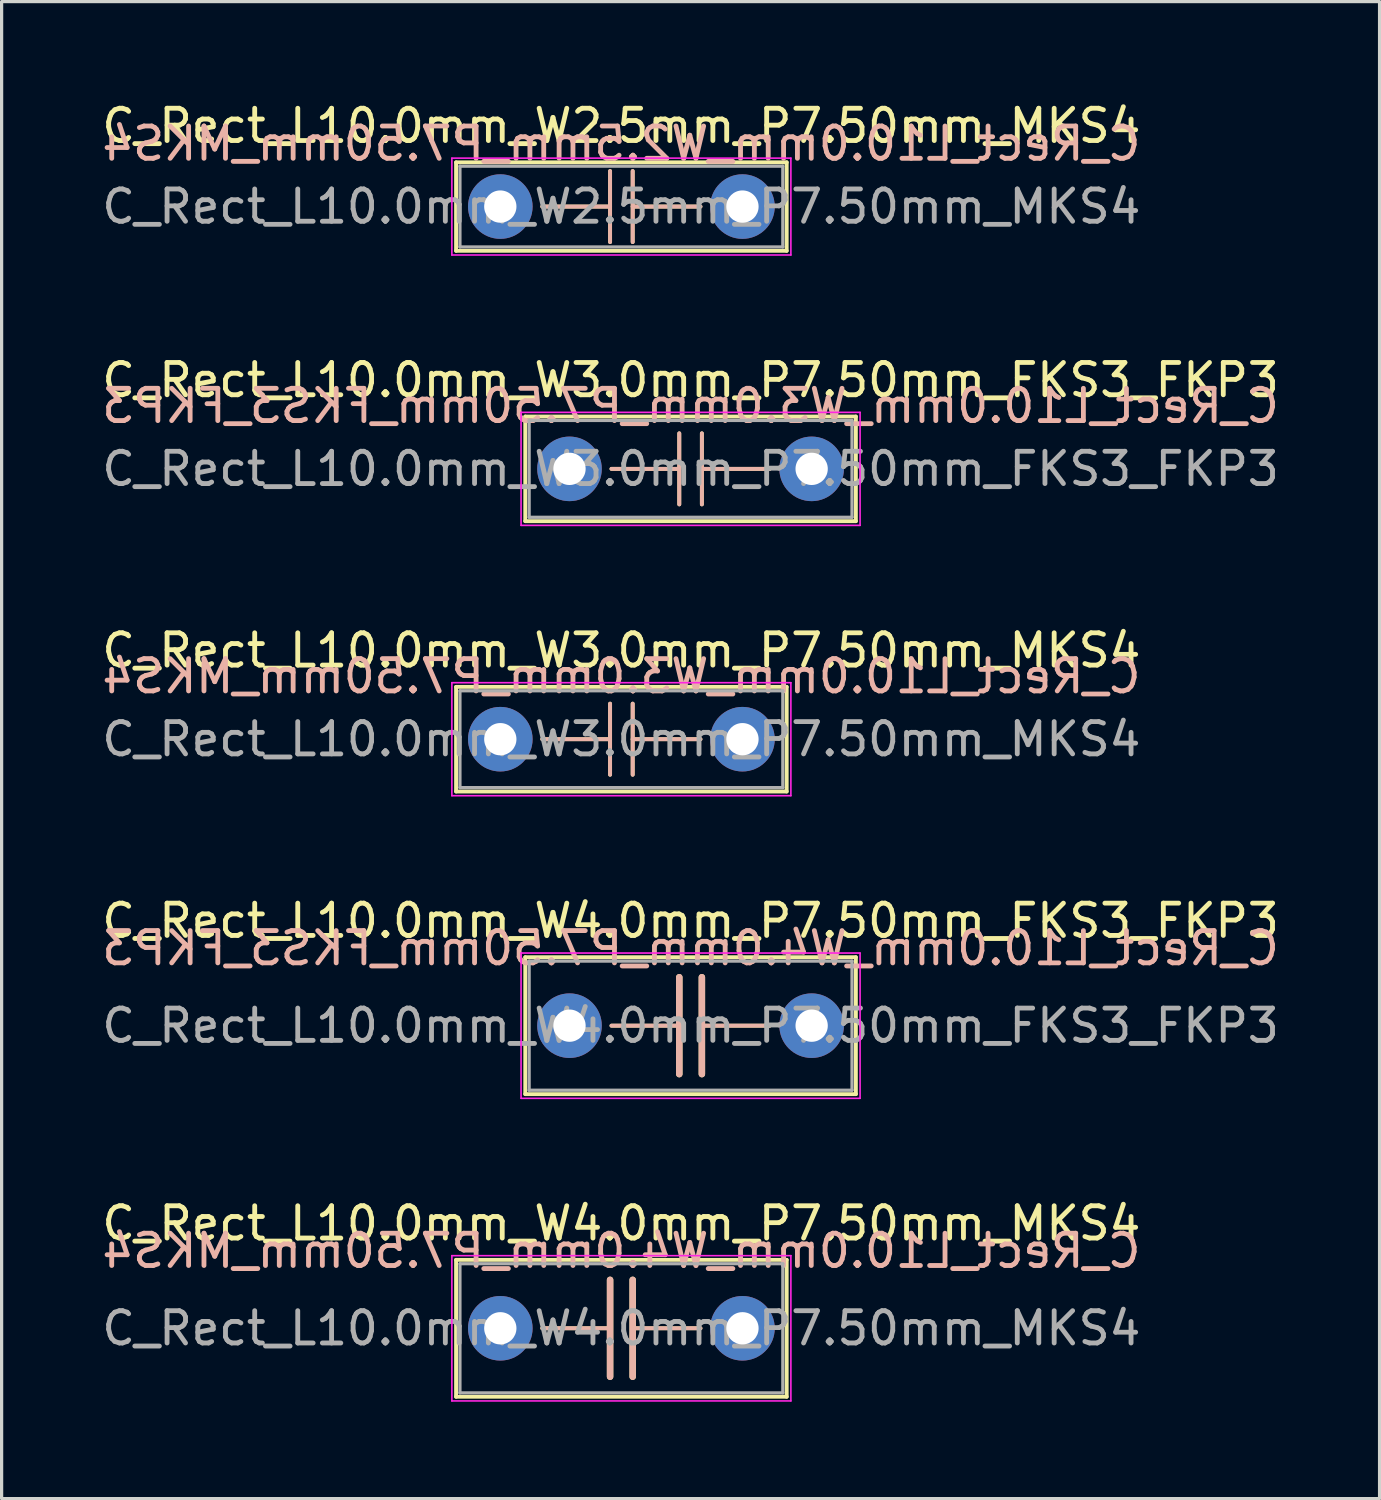
<source format=kicad_pcb>
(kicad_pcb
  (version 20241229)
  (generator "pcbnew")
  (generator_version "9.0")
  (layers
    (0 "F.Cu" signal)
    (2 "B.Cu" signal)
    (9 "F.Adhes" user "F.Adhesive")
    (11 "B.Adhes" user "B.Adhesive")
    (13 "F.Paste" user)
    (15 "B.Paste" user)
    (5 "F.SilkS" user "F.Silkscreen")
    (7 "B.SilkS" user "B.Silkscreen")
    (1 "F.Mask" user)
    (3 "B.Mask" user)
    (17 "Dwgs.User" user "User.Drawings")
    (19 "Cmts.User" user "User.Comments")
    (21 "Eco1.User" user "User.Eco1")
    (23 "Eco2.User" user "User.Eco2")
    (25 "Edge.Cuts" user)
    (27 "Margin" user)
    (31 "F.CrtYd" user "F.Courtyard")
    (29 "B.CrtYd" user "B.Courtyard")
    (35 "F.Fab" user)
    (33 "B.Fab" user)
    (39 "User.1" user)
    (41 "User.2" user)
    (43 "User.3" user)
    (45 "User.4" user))
  (footprint "C_Rect_L10.0mm_W3.0mm_P7.50mm_FKS3_FKP3"
    (layer "F.Cu")
    (at 14.589 11.472)
    (property "Reference" "C_Rect_L10.0mm_W3.0mm_P7.50mm_FKS3_FKP3" (at 3.75 -2.75 0) (layer "F.SilkS") (effects (font (size 1 1) (thickness 0.15))))
    (fp_line (start -1.37 -1.62) (end -1.37 1.62) (stroke (width 0.12) (type solid)) (layer "F.SilkS"))
    (fp_line (start -1.37 -1.62) (end 8.87 -1.62) (stroke (width 0.12) (type solid)) (layer "F.SilkS"))
    (fp_line (start -1.37 1.62) (end 8.87 1.62) (stroke (width 0.12) (type solid)) (layer "F.SilkS"))
    (fp_line (start 1.3 0) (end 3.4 0) (stroke (width 0.12) (type solid)) (layer "F.SilkS"))
    (fp_line (start 3.4 -1.1) (end 3.4 1.1) (stroke (width 0.12) (type solid)) (layer "F.SilkS"))
    (fp_line (start 4.1 -1.1) (end 4.1 1.1) (stroke (width 0.12) (type solid)) (layer "F.SilkS"))
    (fp_line (start 4.1 0) (end 6.2 0) (stroke (width 0.12) (type solid)) (layer "F.SilkS"))
    (fp_line (start 8.87 -1.62) (end 8.87 1.62) (stroke (width 0.12) (type solid)) (layer "F.SilkS"))
    (fp_line (start 1.3 0) (end 3.4 0) (stroke (width 0.12) (type solid)) (layer "B.SilkS"))
    (fp_line (start 3.4 1.1) (end 3.4 -1.1) (stroke (width 0.12) (type solid)) (layer "B.SilkS"))
    (fp_line (start 4.1 0) (end 6.2 0) (stroke (width 0.12) (type solid)) (layer "B.SilkS"))
    (fp_line (start 4.1 1.1) (end 4.1 -1.1) (stroke (width 0.12) (type solid)) (layer "B.SilkS"))
    (fp_line (start -1.5 -1.75) (end -1.5 1.75) (stroke (width 0.05) (type solid)) (layer "F.CrtYd"))
    (fp_line (start -1.5 1.75) (end 9 1.75) (stroke (width 0.05) (type solid)) (layer "F.CrtYd"))
    (fp_line (start 9 -1.75) (end -1.5 -1.75) (stroke (width 0.05) (type solid)) (layer "F.CrtYd"))
    (fp_line (start 9 1.75) (end 9 -1.75) (stroke (width 0.05) (type solid)) (layer "F.CrtYd"))
    (fp_line (start -1.25 -1.5) (end -1.25 1.5) (stroke (width 0.1) (type solid)) (layer "F.Fab"))
    (fp_line (start -1.25 1.5) (end 8.75 1.5) (stroke (width 0.1) (type solid)) (layer "F.Fab"))
    (fp_line (start 8.75 -1.5) (end -1.25 -1.5) (stroke (width 0.1) (type solid)) (layer "F.Fab"))
    (fp_line (start 8.75 1.5) (end 8.75 -1.5) (stroke (width 0.1) (type solid)) (layer "F.Fab"))
    (fp_text user "${REFERENCE}" (at 3.75 -1.95 0) (layer "B.SilkS") (effects (font (size 1 1) (thickness 0.15)) (justify mirror)))
    (fp_text user "${REFERENCE}" (at 3.75 0 0) (layer "F.Fab") (effects (font (size 1 1) (thickness 0.15))))
    (pad "1" thru_hole circle (at 0 0) (size 2 2) (drill 1) (layers "*.Cu" "*.Mask"))
    (pad "2" thru_hole circle (at 7.5 0) (size 2 2) (drill 1) (layers "*.Cu" "*.Mask")))
  (footprint "C_Rect_L10.0mm_W2.5mm_P7.50mm_MKS4"
    (layer "F.Cu")
    (at 12.446 3.348)
    (property "Reference" "C_Rect_L10.0mm_W2.5mm_P7.50mm_MKS4" (at 3.75 -2.5 0) (layer "F.SilkS") (effects (font (size 1 1) (thickness 0.15))))
    (fp_line (start -1.37 -1.37) (end -1.37 1.37) (stroke (width 0.12) (type solid)) (layer "F.SilkS"))
    (fp_line (start -1.37 -1.37) (end 8.87 -1.37) (stroke (width 0.12) (type solid)) (layer "F.SilkS"))
    (fp_line (start -1.37 1.37) (end 8.87 1.37) (stroke (width 0.12) (type solid)) (layer "F.SilkS"))
    (fp_line (start 1.3 0) (end 3.4 0) (stroke (width 0.12) (type solid)) (layer "F.SilkS"))
    (fp_line (start 3.4 -1.1) (end 3.4 1.1) (stroke (width 0.12) (type solid)) (layer "F.SilkS"))
    (fp_line (start 4.1 -1.1) (end 4.1 1.1) (stroke (width 0.12) (type solid)) (layer "F.SilkS"))
    (fp_line (start 4.1 0) (end 6.2 0) (stroke (width 0.12) (type solid)) (layer "F.SilkS"))
    (fp_line (start 8.87 -1.37) (end 8.87 1.37) (stroke (width 0.12) (type solid)) (layer "F.SilkS"))
    (fp_line (start 1.3 0) (end 3.4 0) (stroke (width 0.12) (type solid)) (layer "B.SilkS"))
    (fp_line (start 3.4 1.1) (end 3.4 -1.1) (stroke (width 0.12) (type solid)) (layer "B.SilkS"))
    (fp_line (start 4.1 0) (end 6.2 0) (stroke (width 0.12) (type solid)) (layer "B.SilkS"))
    (fp_line (start 4.1 1.1) (end 4.1 -1.1) (stroke (width 0.12) (type solid)) (layer "B.SilkS"))
    (fp_line (start -1.5 -1.5) (end -1.5 1.5) (stroke (width 0.05) (type solid)) (layer "F.CrtYd"))
    (fp_line (start -1.5 1.5) (end 9 1.5) (stroke (width 0.05) (type solid)) (layer "F.CrtYd"))
    (fp_line (start 9 -1.5) (end -1.5 -1.5) (stroke (width 0.05) (type solid)) (layer "F.CrtYd"))
    (fp_line (start 9 1.5) (end 9 -1.5) (stroke (width 0.05) (type solid)) (layer "F.CrtYd"))
    (fp_line (start -1.25 -1.25) (end -1.25 1.25) (stroke (width 0.1) (type solid)) (layer "F.Fab"))
    (fp_line (start -1.25 1.25) (end 8.75 1.25) (stroke (width 0.1) (type solid)) (layer "F.Fab"))
    (fp_line (start 8.75 -1.25) (end -1.25 -1.25) (stroke (width 0.1) (type solid)) (layer "F.Fab"))
    (fp_line (start 8.75 1.25) (end 8.75 -1.25) (stroke (width 0.1) (type solid)) (layer "F.Fab"))
    (fp_text user "${REFERENCE}" (at 3.75 -1.95 0) (layer "B.SilkS") (effects (font (size 1 1) (thickness 0.15)) (justify mirror)))
    (fp_text user "${REFERENCE}" (at 3.75 0 0) (layer "F.Fab") (effects (font (size 1 1) (thickness 0.15))))
    (pad "1" thru_hole circle (at 0 0) (size 2 2) (drill 1) (layers "*.Cu" "*.Mask"))
    (pad "2" thru_hole circle (at 7.5 0) (size 2 2) (drill 1) (layers "*.Cu" "*.Mask")))
  (footprint "C_Rect_L10.0mm_W3.0mm_P7.50mm_MKS4"
    (layer "F.Cu")
    (at 12.446 19.845)
    (property "Reference" "C_Rect_L10.0mm_W3.0mm_P7.50mm_MKS4" (at 3.75 -2.75 0) (layer "F.SilkS") (effects (font (size 1 1) (thickness 0.15))))
    (fp_line (start -1.37 -1.62) (end -1.37 1.62) (stroke (width 0.12) (type solid)) (layer "F.SilkS"))
    (fp_line (start -1.37 -1.62) (end 8.87 -1.62) (stroke (width 0.12) (type solid)) (layer "F.SilkS"))
    (fp_line (start -1.37 1.62) (end 8.87 1.62) (stroke (width 0.12) (type solid)) (layer "F.SilkS"))
    (fp_line (start 1.3 0) (end 3.4 0) (stroke (width 0.12) (type solid)) (layer "F.SilkS"))
    (fp_line (start 3.4 -1.1) (end 3.4 1.1) (stroke (width 0.12) (type solid)) (layer "F.SilkS"))
    (fp_line (start 4.1 -1.1) (end 4.1 1.1) (stroke (width 0.12) (type solid)) (layer "F.SilkS"))
    (fp_line (start 4.1 0) (end 6.2 0) (stroke (width 0.12) (type solid)) (layer "F.SilkS"))
    (fp_line (start 8.87 -1.62) (end 8.87 1.62) (stroke (width 0.12) (type solid)) (layer "F.SilkS"))
    (fp_line (start 1.3 0) (end 3.4 0) (stroke (width 0.12) (type solid)) (layer "B.SilkS"))
    (fp_line (start 3.4 1.1) (end 3.4 -1.1) (stroke (width 0.12) (type solid)) (layer "B.SilkS"))
    (fp_line (start 4.1 0) (end 6.2 0) (stroke (width 0.12) (type solid)) (layer "B.SilkS"))
    (fp_line (start 4.1 1.1) (end 4.1 -1.1) (stroke (width 0.12) (type solid)) (layer "B.SilkS"))
    (fp_line (start -1.5 -1.75) (end -1.5 1.75) (stroke (width 0.05) (type solid)) (layer "F.CrtYd"))
    (fp_line (start -1.5 1.75) (end 9 1.75) (stroke (width 0.05) (type solid)) (layer "F.CrtYd"))
    (fp_line (start 9 -1.75) (end -1.5 -1.75) (stroke (width 0.05) (type solid)) (layer "F.CrtYd"))
    (fp_line (start 9 1.75) (end 9 -1.75) (stroke (width 0.05) (type solid)) (layer "F.CrtYd"))
    (fp_line (start -1.25 -1.5) (end -1.25 1.5) (stroke (width 0.1) (type solid)) (layer "F.Fab"))
    (fp_line (start -1.25 1.5) (end 8.75 1.5) (stroke (width 0.1) (type solid)) (layer "F.Fab"))
    (fp_line (start 8.75 -1.5) (end -1.25 -1.5) (stroke (width 0.1) (type solid)) (layer "F.Fab"))
    (fp_line (start 8.75 1.5) (end 8.75 -1.5) (stroke (width 0.1) (type solid)) (layer "F.Fab"))
    (fp_text user "${REFERENCE}" (at 3.75 -1.95 0) (layer "B.SilkS") (effects (font (size 1 1) (thickness 0.15)) (justify mirror)))
    (fp_text user "${REFERENCE}" (at 3.75 0 0) (layer "F.Fab") (effects (font (size 1 1) (thickness 0.15))))
    (pad "1" thru_hole circle (at 0 0) (size 2 2) (drill 1) (layers "*.Cu" "*.Mask"))
    (pad "2" thru_hole circle (at 7.5 0) (size 2 2) (drill 1) (layers "*.Cu" "*.Mask")))
  (footprint "C_Rect_L10.0mm_W4.0mm_P7.50mm_FKS3_FKP3"
    (layer "F.Cu")
    (at 14.589 28.718)
    (property "Reference" "C_Rect_L10.0mm_W4.0mm_P7.50mm_FKS3_FKP3" (at 3.75 -3.25 0) (layer "F.SilkS") (effects (font (size 1 1) (thickness 0.15))))
    (fp_line (start -1.37 -2.12) (end -1.37 2.12) (stroke (width 0.12) (type solid)) (layer "F.SilkS"))
    (fp_line (start -1.37 -2.12) (end 8.87 -2.12) (stroke (width 0.12) (type solid)) (layer "F.SilkS"))
    (fp_line (start -1.37 2.12) (end 8.87 2.12) (stroke (width 0.12) (type solid)) (layer "F.SilkS"))
    (fp_line (start 1.3 0) (end 3.4 0) (stroke (width 0.12) (type solid)) (layer "F.SilkS"))
    (fp_line (start 3.4 -1.5) (end 3.4 1.5) (stroke (width 0.2) (type solid)) (layer "F.SilkS"))
    (fp_line (start 4.1 -1.5) (end 4.1 1.5) (stroke (width 0.2) (type solid)) (layer "F.SilkS"))
    (fp_line (start 4.1 0) (end 6.2 0) (stroke (width 0.12) (type solid)) (layer "F.SilkS"))
    (fp_line (start 8.87 -2.12) (end 8.87 2.12) (stroke (width 0.12) (type solid)) (layer "F.SilkS"))
    (fp_line (start 1.3 0) (end 3.4 0) (stroke (width 0.12) (type solid)) (layer "B.SilkS"))
    (fp_line (start 3.4 1.5) (end 3.4 -1.5) (stroke (width 0.2) (type solid)) (layer "B.SilkS"))
    (fp_line (start 4.1 0) (end 6.2 0) (stroke (width 0.12) (type solid)) (layer "B.SilkS"))
    (fp_line (start 4.1 1.5) (end 4.1 -1.5) (stroke (width 0.2) (type solid)) (layer "B.SilkS"))
    (fp_line (start -1.5 -2.25) (end -1.5 2.25) (stroke (width 0.05) (type solid)) (layer "F.CrtYd"))
    (fp_line (start -1.5 2.25) (end 9 2.25) (stroke (width 0.05) (type solid)) (layer "F.CrtYd"))
    (fp_line (start 9 -2.25) (end -1.5 -2.25) (stroke (width 0.05) (type solid)) (layer "F.CrtYd"))
    (fp_line (start 9 2.25) (end 9 -2.25) (stroke (width 0.05) (type solid)) (layer "F.CrtYd"))
    (fp_line (start -1.25 -2) (end -1.25 2) (stroke (width 0.1) (type solid)) (layer "F.Fab"))
    (fp_line (start -1.25 2) (end 8.75 2) (stroke (width 0.1) (type solid)) (layer "F.Fab"))
    (fp_line (start 8.75 -2) (end -1.25 -2) (stroke (width 0.1) (type solid)) (layer "F.Fab"))
    (fp_line (start 8.75 2) (end 8.75 -2) (stroke (width 0.1) (type solid)) (layer "F.Fab"))
    (fp_text user "${REFERENCE}" (at 3.75 -2.4 0) (layer "B.SilkS") (effects (font (size 1 1) (thickness 0.15)) (justify mirror)))
    (fp_text user "${REFERENCE}" (at 3.75 0 0) (layer "F.Fab") (effects (font (size 1 1) (thickness 0.15))))
    (pad "1" thru_hole circle (at 0 0) (size 2 2) (drill 1) (layers "*.Cu" "*.Mask"))
    (pad "2" thru_hole circle (at 7.5 0) (size 2 2) (drill 1) (layers "*.Cu" "*.Mask")))
  (footprint "C_Rect_L10.0mm_W4.0mm_P7.50mm_MKS4"
    (layer "F.Cu")
    (at 12.446 38.091)
    (property "Reference" "C_Rect_L10.0mm_W4.0mm_P7.50mm_MKS4" (at 3.75 -3.25 0) (layer "F.SilkS") (effects (font (size 1 1) (thickness 0.15))))
    (fp_line (start -1.37 -2.12) (end -1.37 2.12) (stroke (width 0.12) (type solid)) (layer "F.SilkS"))
    (fp_line (start -1.37 -2.12) (end 8.87 -2.12) (stroke (width 0.12) (type solid)) (layer "F.SilkS"))
    (fp_line (start -1.37 2.12) (end 8.87 2.12) (stroke (width 0.12) (type solid)) (layer "F.SilkS"))
    (fp_line (start 1.3 0) (end 3.4 0) (stroke (width 0.12) (type solid)) (layer "F.SilkS"))
    (fp_line (start 3.4 -1.5) (end 3.4 1.5) (stroke (width 0.2) (type solid)) (layer "F.SilkS"))
    (fp_line (start 4.1 -1.5) (end 4.1 1.5) (stroke (width 0.2) (type solid)) (layer "F.SilkS"))
    (fp_line (start 4.1 0) (end 6.2 0) (stroke (width 0.12) (type solid)) (layer "F.SilkS"))
    (fp_line (start 8.87 -2.12) (end 8.87 2.12) (stroke (width 0.12) (type solid)) (layer "F.SilkS"))
    (fp_line (start 1.3 0) (end 3.4 0) (stroke (width 0.12) (type solid)) (layer "B.SilkS"))
    (fp_line (start 3.4 1.5) (end 3.4 -1.5) (stroke (width 0.2) (type solid)) (layer "B.SilkS"))
    (fp_line (start 4.1 0) (end 6.2 0) (stroke (width 0.12) (type solid)) (layer "B.SilkS"))
    (fp_line (start 4.1 1.5) (end 4.1 -1.5) (stroke (width 0.2) (type solid)) (layer "B.SilkS"))
    (fp_line (start -1.5 -2.25) (end -1.5 2.25) (stroke (width 0.05) (type solid)) (layer "F.CrtYd"))
    (fp_line (start -1.5 2.25) (end 9 2.25) (stroke (width 0.05) (type solid)) (layer "F.CrtYd"))
    (fp_line (start 9 -2.25) (end -1.5 -2.25) (stroke (width 0.05) (type solid)) (layer "F.CrtYd"))
    (fp_line (start 9 2.25) (end 9 -2.25) (stroke (width 0.05) (type solid)) (layer "F.CrtYd"))
    (fp_line (start -1.25 -2) (end -1.25 2) (stroke (width 0.1) (type solid)) (layer "F.Fab"))
    (fp_line (start -1.25 2) (end 8.75 2) (stroke (width 0.1) (type solid)) (layer "F.Fab"))
    (fp_line (start 8.75 -2) (end -1.25 -2) (stroke (width 0.1) (type solid)) (layer "F.Fab"))
    (fp_line (start 8.75 2) (end 8.75 -2) (stroke (width 0.1) (type solid)) (layer "F.Fab"))
    (fp_text user "${REFERENCE}" (at 3.75 -2.4 0) (layer "B.SilkS") (effects (font (size 1 1) (thickness 0.15)) (justify mirror)))
    (fp_text user "${REFERENCE}" (at 3.75 0 0) (layer "F.Fab") (effects (font (size 1 1) (thickness 0.15))))
    (pad "1" thru_hole circle (at 0 0) (size 2 2) (drill 1) (layers "*.Cu" "*.Mask"))
    (pad "2" thru_hole circle (at 7.5 0) (size 2 2) (drill 1) (layers "*.Cu" "*.Mask")))
  (gr_rect
    (start -3 -3)
    (end 39.679 43.366)
    (stroke (width 0.1) (type default))
    (fill no)
    (layer "Edge.Cuts")))
</source>
